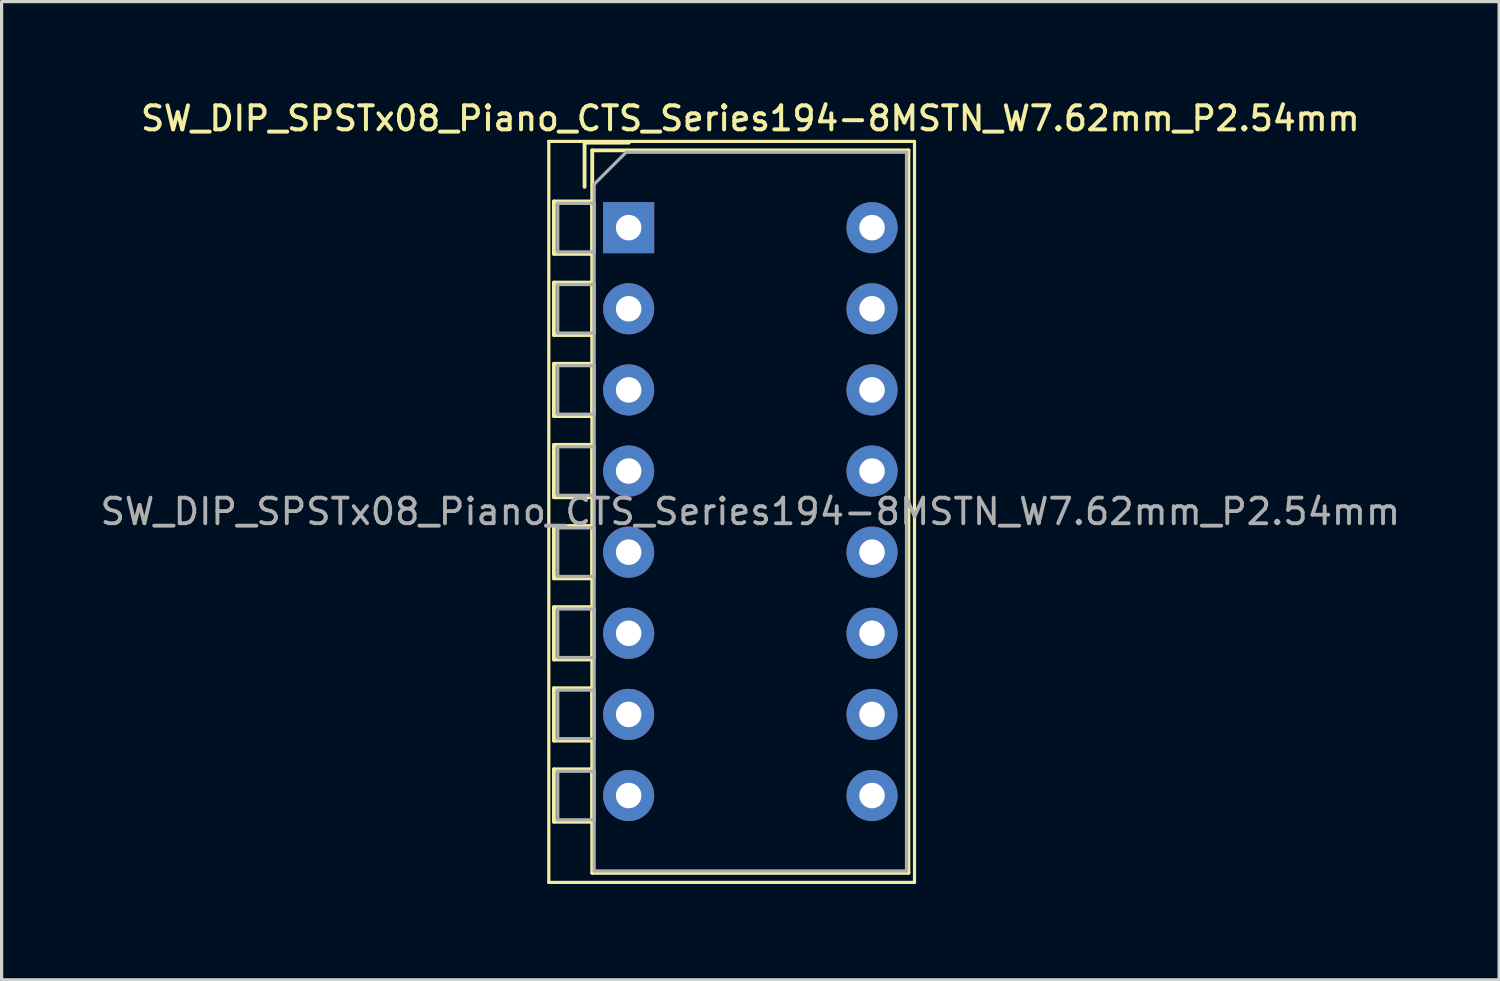
<source format=kicad_pcb>
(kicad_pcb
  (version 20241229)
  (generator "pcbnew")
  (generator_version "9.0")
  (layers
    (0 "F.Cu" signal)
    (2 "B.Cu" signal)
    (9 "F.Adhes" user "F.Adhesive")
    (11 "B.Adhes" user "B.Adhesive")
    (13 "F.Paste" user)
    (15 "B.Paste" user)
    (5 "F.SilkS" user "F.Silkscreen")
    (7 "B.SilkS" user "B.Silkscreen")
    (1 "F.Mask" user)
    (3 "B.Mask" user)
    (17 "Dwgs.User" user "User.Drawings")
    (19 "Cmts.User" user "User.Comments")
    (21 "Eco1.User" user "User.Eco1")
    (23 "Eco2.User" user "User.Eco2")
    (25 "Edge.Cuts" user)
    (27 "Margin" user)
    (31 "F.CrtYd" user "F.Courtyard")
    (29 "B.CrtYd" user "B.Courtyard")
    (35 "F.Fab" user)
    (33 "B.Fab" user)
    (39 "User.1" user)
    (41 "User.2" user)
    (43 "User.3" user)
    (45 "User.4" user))
  (footprint "SW_DIP_SPSTx08_Piano_CTS_Series194-8MSTN_W7.62mm_P2.54mm"
    (layer "F.Cu")
    (at 16.633 4.078)
    (property "Reference" "SW_DIP_SPSTx08_Piano_CTS_Series194-8MSTN_W7.62mm_P2.54mm" (at 3.81 -3.42 0) (layer "F.SilkS") (effects (font (size 0.75 0.75) (thickness 0.125))))
    (attr through_hole)
    (fp_line (start -2.5 -2.7) (end -2.5 20.5) (stroke (width 0.1) (type solid)) (layer "F.SilkS"))
    (fp_line (start -2.5 20.5) (end 8.95 20.5) (stroke (width 0.1) (type solid)) (layer "F.SilkS"))
    (fp_line (start -2.34 -0.82) (end -2.34 0.82) (stroke (width 0.12) (type solid)) (layer "F.SilkS"))
    (fp_line (start -2.34 -0.82) (end -1.14 -0.82) (stroke (width 0.12) (type solid)) (layer "F.SilkS"))
    (fp_line (start -2.34 0.82) (end -1.14 0.82) (stroke (width 0.12) (type solid)) (layer "F.SilkS"))
    (fp_line (start -2.34 1.72) (end -2.34 3.361) (stroke (width 0.12) (type solid)) (layer "F.SilkS"))
    (fp_line (start -2.34 1.72) (end -1.14 1.72) (stroke (width 0.12) (type solid)) (layer "F.SilkS"))
    (fp_line (start -2.34 3.361) (end -1.14 3.361) (stroke (width 0.12) (type solid)) (layer "F.SilkS"))
    (fp_line (start -2.34 4.261) (end -2.34 5.9) (stroke (width 0.12) (type solid)) (layer "F.SilkS"))
    (fp_line (start -2.34 4.261) (end -1.14 4.261) (stroke (width 0.12) (type solid)) (layer "F.SilkS"))
    (fp_line (start -2.34 5.9) (end -1.14 5.9) (stroke (width 0.12) (type solid)) (layer "F.SilkS"))
    (fp_line (start -2.34 6.801) (end -2.34 8.441) (stroke (width 0.12) (type solid)) (layer "F.SilkS"))
    (fp_line (start -2.34 6.801) (end -1.14 6.801) (stroke (width 0.12) (type solid)) (layer "F.SilkS"))
    (fp_line (start -2.34 8.441) (end -1.14 8.441) (stroke (width 0.12) (type solid)) (layer "F.SilkS"))
    (fp_line (start -2.34 9.34) (end -2.34 10.98) (stroke (width 0.12) (type solid)) (layer "F.SilkS"))
    (fp_line (start -2.34 9.34) (end -1.14 9.34) (stroke (width 0.12) (type solid)) (layer "F.SilkS"))
    (fp_line (start -2.34 10.98) (end -1.14 10.98) (stroke (width 0.12) (type solid)) (layer "F.SilkS"))
    (fp_line (start -2.34 11.88) (end -2.34 13.52) (stroke (width 0.12) (type solid)) (layer "F.SilkS"))
    (fp_line (start -2.34 11.88) (end -1.14 11.88) (stroke (width 0.12) (type solid)) (layer "F.SilkS"))
    (fp_line (start -2.34 13.52) (end -1.14 13.52) (stroke (width 0.12) (type solid)) (layer "F.SilkS"))
    (fp_line (start -2.34 14.42) (end -2.34 16.06) (stroke (width 0.12) (type solid)) (layer "F.SilkS"))
    (fp_line (start -2.34 14.42) (end -1.14 14.42) (stroke (width 0.12) (type solid)) (layer "F.SilkS"))
    (fp_line (start -2.34 16.06) (end -1.14 16.06) (stroke (width 0.12) (type solid)) (layer "F.SilkS"))
    (fp_line (start -2.34 16.96) (end -2.34 18.6) (stroke (width 0.12) (type solid)) (layer "F.SilkS"))
    (fp_line (start -2.34 16.96) (end -1.14 16.96) (stroke (width 0.12) (type solid)) (layer "F.SilkS"))
    (fp_line (start -2.34 18.6) (end -1.14 18.6) (stroke (width 0.12) (type solid)) (layer "F.SilkS"))
    (fp_line (start -1.38 -2.66) (end -1.38 -1.277) (stroke (width 0.12) (type solid)) (layer "F.SilkS"))
    (fp_line (start -1.38 -2.66) (end 0.004 -2.66) (stroke (width 0.12) (type solid)) (layer "F.SilkS"))
    (fp_line (start -1.14 -2.42) (end -1.14 20.201) (stroke (width 0.12) (type solid)) (layer "F.SilkS"))
    (fp_line (start -1.14 -2.42) (end 8.76 -2.42) (stroke (width 0.12) (type solid)) (layer "F.SilkS"))
    (fp_line (start -1.14 -0.82) (end -1.14 0.82) (stroke (width 0.12) (type solid)) (layer "F.SilkS"))
    (fp_line (start -1.14 1.72) (end -1.14 3.361) (stroke (width 0.12) (type solid)) (layer "F.SilkS"))
    (fp_line (start -1.14 4.261) (end -1.14 5.9) (stroke (width 0.12) (type solid)) (layer "F.SilkS"))
    (fp_line (start -1.14 6.801) (end -1.14 8.441) (stroke (width 0.12) (type solid)) (layer "F.SilkS"))
    (fp_line (start -1.14 9.34) (end -1.14 10.98) (stroke (width 0.12) (type solid)) (layer "F.SilkS"))
    (fp_line (start -1.14 11.88) (end -1.14 13.52) (stroke (width 0.12) (type solid)) (layer "F.SilkS"))
    (fp_line (start -1.14 14.42) (end -1.14 16.06) (stroke (width 0.12) (type solid)) (layer "F.SilkS"))
    (fp_line (start -1.14 16.96) (end -1.14 18.6) (stroke (width 0.12) (type solid)) (layer "F.SilkS"))
    (fp_line (start -1.14 20.201) (end 8.76 20.201) (stroke (width 0.12) (type solid)) (layer "F.SilkS"))
    (fp_line (start 8.76 -2.42) (end 8.76 20.201) (stroke (width 0.12) (type solid)) (layer "F.SilkS"))
    (fp_line (start 8.95 -2.7) (end -2.5 -2.7) (stroke (width 0.1) (type solid)) (layer "F.SilkS"))
    (fp_line (start 8.95 20.5) (end 8.95 -2.7) (stroke (width 0.1) (type solid)) (layer "F.SilkS"))
    (fp_line (start -2.22 -0.76) (end -1.08 -0.76) (stroke (width 0.1) (type solid)) (layer "F.Fab"))
    (fp_line (start -2.22 0.76) (end -2.22 -0.76) (stroke (width 0.1) (type solid)) (layer "F.Fab"))
    (fp_line (start -2.22 1.78) (end -1.08 1.78) (stroke (width 0.1) (type solid)) (layer "F.Fab"))
    (fp_line (start -2.22 3.3) (end -2.22 1.78) (stroke (width 0.1) (type solid)) (layer "F.Fab"))
    (fp_line (start -2.22 4.32) (end -1.08 4.32) (stroke (width 0.1) (type solid)) (layer "F.Fab"))
    (fp_line (start -2.22 5.84) (end -2.22 4.32) (stroke (width 0.1) (type solid)) (layer "F.Fab"))
    (fp_line (start -2.22 6.86) (end -1.08 6.86) (stroke (width 0.1) (type solid)) (layer "F.Fab"))
    (fp_line (start -2.22 8.38) (end -2.22 6.86) (stroke (width 0.1) (type solid)) (layer "F.Fab"))
    (fp_line (start -2.22 9.4) (end -1.08 9.4) (stroke (width 0.1) (type solid)) (layer "F.Fab"))
    (fp_line (start -2.22 10.92) (end -2.22 9.4) (stroke (width 0.1) (type solid)) (layer "F.Fab"))
    (fp_line (start -2.22 11.94) (end -1.08 11.94) (stroke (width 0.1) (type solid)) (layer "F.Fab"))
    (fp_line (start -2.22 13.46) (end -2.22 11.94) (stroke (width 0.1) (type solid)) (layer "F.Fab"))
    (fp_line (start -2.22 14.48) (end -1.08 14.48) (stroke (width 0.1) (type solid)) (layer "F.Fab"))
    (fp_line (start -2.22 16) (end -2.22 14.48) (stroke (width 0.1) (type solid)) (layer "F.Fab"))
    (fp_line (start -2.22 17.02) (end -1.08 17.02) (stroke (width 0.1) (type solid)) (layer "F.Fab"))
    (fp_line (start -2.22 18.54) (end -2.22 17.02) (stroke (width 0.1) (type solid)) (layer "F.Fab"))
    (fp_line (start -1.08 -1.36) (end -0.08 -2.36) (stroke (width 0.1) (type solid)) (layer "F.Fab"))
    (fp_line (start -1.08 -0.76) (end -1.08 0.76) (stroke (width 0.1) (type solid)) (layer "F.Fab"))
    (fp_line (start -1.08 0.76) (end -2.22 0.76) (stroke (width 0.1) (type solid)) (layer "F.Fab"))
    (fp_line (start -1.08 1.78) (end -1.08 3.3) (stroke (width 0.1) (type solid)) (layer "F.Fab"))
    (fp_line (start -1.08 3.3) (end -2.22 3.3) (stroke (width 0.1) (type solid)) (layer "F.Fab"))
    (fp_line (start -1.08 4.32) (end -1.08 5.84) (stroke (width 0.1) (type solid)) (layer "F.Fab"))
    (fp_line (start -1.08 5.84) (end -2.22 5.84) (stroke (width 0.1) (type solid)) (layer "F.Fab"))
    (fp_line (start -1.08 6.86) (end -1.08 8.38) (stroke (width 0.1) (type solid)) (layer "F.Fab"))
    (fp_line (start -1.08 8.38) (end -2.22 8.38) (stroke (width 0.1) (type solid)) (layer "F.Fab"))
    (fp_line (start -1.08 9.4) (end -1.08 10.92) (stroke (width 0.1) (type solid)) (layer "F.Fab"))
    (fp_line (start -1.08 10.92) (end -2.22 10.92) (stroke (width 0.1) (type solid)) (layer "F.Fab"))
    (fp_line (start -1.08 11.94) (end -1.08 13.46) (stroke (width 0.1) (type solid)) (layer "F.Fab"))
    (fp_line (start -1.08 13.46) (end -2.22 13.46) (stroke (width 0.1) (type solid)) (layer "F.Fab"))
    (fp_line (start -1.08 14.48) (end -1.08 16) (stroke (width 0.1) (type solid)) (layer "F.Fab"))
    (fp_line (start -1.08 16) (end -2.22 16) (stroke (width 0.1) (type solid)) (layer "F.Fab"))
    (fp_line (start -1.08 17.02) (end -1.08 18.54) (stroke (width 0.1) (type solid)) (layer "F.Fab"))
    (fp_line (start -1.08 18.54) (end -2.22 18.54) (stroke (width 0.1) (type solid)) (layer "F.Fab"))
    (fp_line (start -1.08 20.14) (end -1.08 -1.36) (stroke (width 0.1) (type solid)) (layer "F.Fab"))
    (fp_line (start -0.08 -2.36) (end 8.7 -2.36) (stroke (width 0.1) (type solid)) (layer "F.Fab"))
    (fp_line (start 8.7 -2.36) (end 8.7 20.14) (stroke (width 0.1) (type solid)) (layer "F.Fab"))
    (fp_line (start 8.7 20.14) (end -1.08 20.14) (stroke (width 0.1) (type solid)) (layer "F.Fab"))
    (fp_text user "${REFERENCE}" (at 3.81 8.89 0) (layer "F.Fab") (effects (font (size 0.8 0.8) (thickness 0.12))))
    (pad "1" thru_hole rect (at 0 0) (size 1.6 1.6) (drill 0.8) (layers "*.Cu" "*.Mask"))
    (pad "2" thru_hole oval (at 0 2.54) (size 1.6 1.6) (drill 0.8) (layers "*.Cu" "*.Mask"))
    (pad "3" thru_hole oval (at 0 5.08) (size 1.6 1.6) (drill 0.8) (layers "*.Cu" "*.Mask"))
    (pad "4" thru_hole oval (at 0 7.62) (size 1.6 1.6) (drill 0.8) (layers "*.Cu" "*.Mask"))
    (pad "5" thru_hole oval (at 0 10.16) (size 1.6 1.6) (drill 0.8) (layers "*.Cu" "*.Mask"))
    (pad "6" thru_hole oval (at 0 12.7) (size 1.6 1.6) (drill 0.8) (layers "*.Cu" "*.Mask"))
    (pad "7" thru_hole oval (at 0 15.24) (size 1.6 1.6) (drill 0.8) (layers "*.Cu" "*.Mask"))
    (pad "8" thru_hole oval (at 0 17.78) (size 1.6 1.6) (drill 0.8) (layers "*.Cu" "*.Mask"))
    (pad "9" thru_hole oval (at 7.62 17.78) (size 1.6 1.6) (drill 0.8) (layers "*.Cu" "*.Mask"))
    (pad "10" thru_hole oval (at 7.62 15.24) (size 1.6 1.6) (drill 0.8) (layers "*.Cu" "*.Mask"))
    (pad "11" thru_hole oval (at 7.62 12.7) (size 1.6 1.6) (drill 0.8) (layers "*.Cu" "*.Mask"))
    (pad "12" thru_hole oval (at 7.62 10.16) (size 1.6 1.6) (drill 0.8) (layers "*.Cu" "*.Mask"))
    (pad "13" thru_hole oval (at 7.62 7.62) (size 1.6 1.6) (drill 0.8) (layers "*.Cu" "*.Mask"))
    (pad "14" thru_hole oval (at 7.62 5.08) (size 1.6 1.6) (drill 0.8) (layers "*.Cu" "*.Mask"))
    (pad "15" thru_hole oval (at 7.62 2.54) (size 1.6 1.6) (drill 0.8) (layers "*.Cu" "*.Mask"))
    (pad "16" thru_hole oval (at 7.62 0) (size 1.6 1.6) (drill 0.8) (layers "*.Cu" "*.Mask")))
  (gr_rect
    (start -3 -3)
    (end 43.886 27.628)
    (stroke (width 0.1) (type default))
    (fill no)
    (layer "Edge.Cuts")))
</source>
